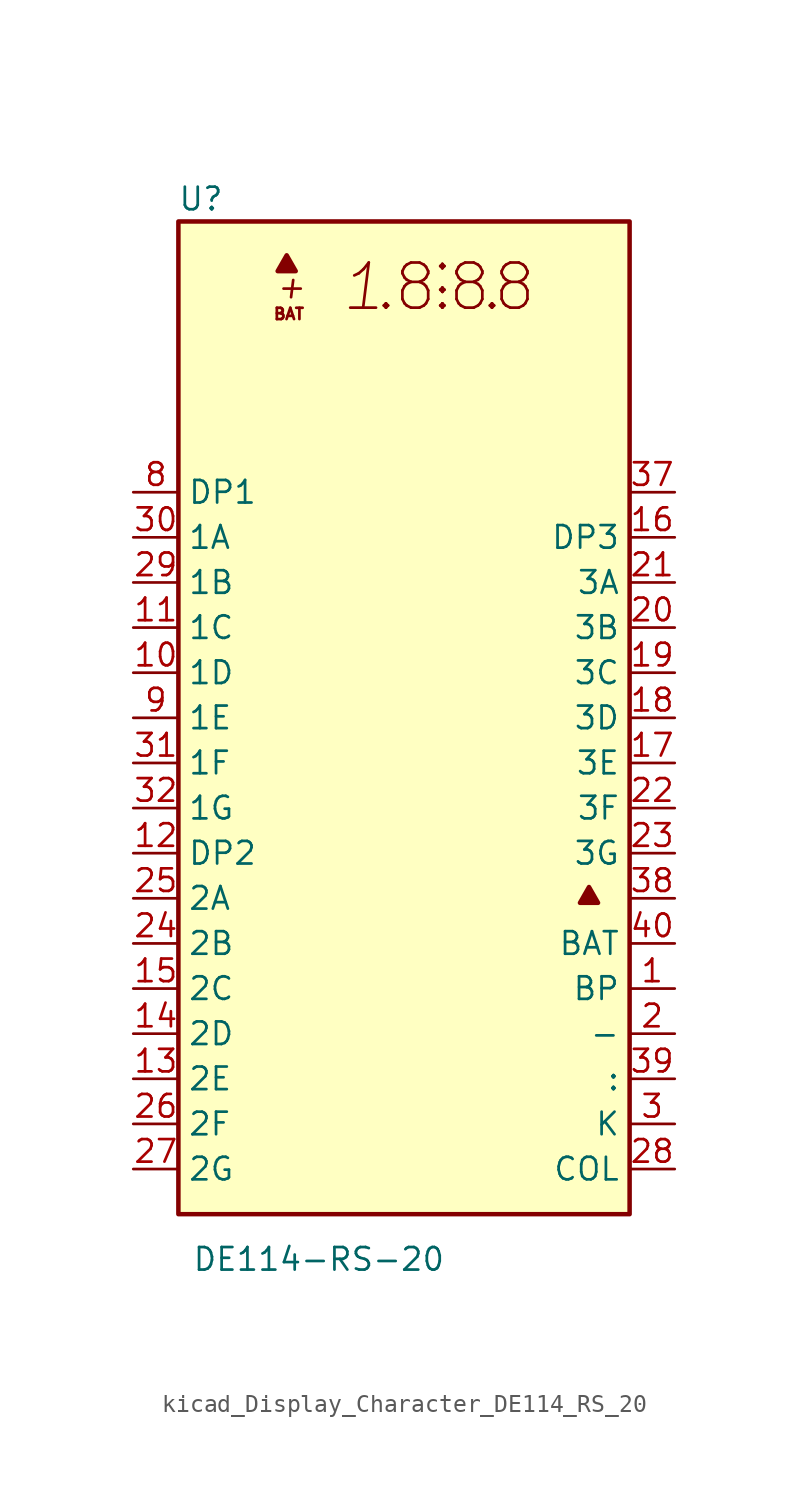
<source format=kicad_sym>
(kicad_symbol_lib
  (version 20220914)
  (generator kicad_symbol_editor)
  (symbol "kicad_Display_Character_DE114_RS_20"
    (property "Reference" "U"
      (at -11.43 29.21 0)
      (effects (font (size 1.27 1.27))))
    (property "Value" "DE114-RS-20"
      (at -11.938 -30.48 0)
      (effects (font (size 1.27 1.27)) (justify left)))
    (symbol "kicad_Display_Character_DE114_RS_20_0_0"
      (text "+" (at -6.35 24.257 0) (effects (font (size 1.27 1.27) italic)))
      (text "." (at -1.016 24.257 0) (effects (font (size 2.54 2.54))))
      (text "." (at 2.159 24.257 0) (effects (font (size 2.54 2.54))))
      (text "." (at 4.953 24.257 0) (effects (font (size 2.54 2.54))))
      (text "1" (at -2.286 24.257 0) (effects (font (size 2.54 2.54) italic)))
      (text "8" (at 0.635 24.257 0) (effects (font (size 2.54 2.54))))
      (text "8" (at 3.683 24.257 0) (effects (font (size 2.54 2.54))))
      (text "8" (at 6.223 24.257 0) (effects (font (size 2.54 2.54))))
      (text ":" (at 2.159 25.146 0) (effects (font (size 2.54 2.54))))
      (text "BAT" (at -6.477 22.733 0) (effects (font (size 0.635 0.635)))))
    (symbol "kicad_Display_Character_DE114_RS_20_0_1"
      (rectangle (start -12.7 27.94) (end 12.7 -27.94) (stroke (width 0.254) (type default)) (fill (type background)))
      (polyline (pts (xy -6.604 26.035) (xy -7.112 25.146) (xy -6.096 25.146) (xy -6.604 26.035)) (stroke (width 0.254) (type default)) (fill (type outline)))
      (polyline (pts (xy 10.414 -9.525) (xy 9.906 -10.414) (xy 10.922 -10.414) (xy 10.414 -9.525)) (stroke (width 0.254) (type default)) (fill (type outline))))
    (symbol "kicad_Display_Character_DE114_RS_20_1_1"
      (pin input line (at 15.24 -15.24 180) (length 2.54) (name "BP" (effects (font (size 1.27 1.27)))) (number "1" (effects (font (size 1.27 1.27)))))
      (pin input line (at -15.24 2.54 0) (length 2.54) (name "1D" (effects (font (size 1.27 1.27)))) (number "10" (effects (font (size 1.27 1.27)))))
      (pin input line (at -15.24 5.08 0) (length 2.54) (name "1C" (effects (font (size 1.27 1.27)))) (number "11" (effects (font (size 1.27 1.27)))))
      (pin input line (at -15.24 -7.62 0) (length 2.54) (name "DP2" (effects (font (size 1.27 1.27)))) (number "12" (effects (font (size 1.27 1.27)))))
      (pin input line (at -15.24 -20.32 0) (length 2.54) (name "2E" (effects (font (size 1.27 1.27)))) (number "13" (effects (font (size 1.27 1.27)))))
      (pin input line (at -15.24 -17.78 0) (length 2.54) (name "2D" (effects (font (size 1.27 1.27)))) (number "14" (effects (font (size 1.27 1.27)))))
      (pin input line (at -15.24 -15.24 0) (length 2.54) (name "2C" (effects (font (size 1.27 1.27)))) (number "15" (effects (font (size 1.27 1.27)))))
      (pin input line (at 15.24 10.16 180) (length 2.54) (name "DP3" (effects (font (size 1.27 1.27)))) (number "16" (effects (font (size 1.27 1.27)))))
      (pin input line (at 15.24 -2.54 180) (length 2.54) (name "3E" (effects (font (size 1.27 1.27)))) (number "17" (effects (font (size 1.27 1.27)))))
      (pin input line (at 15.24 0 180) (length 2.54) (name "3D" (effects (font (size 1.27 1.27)))) (number "18" (effects (font (size 1.27 1.27)))))
      (pin input line (at 15.24 2.54 180) (length 2.54) (name "3C" (effects (font (size 1.27 1.27)))) (number "19" (effects (font (size 1.27 1.27)))))
      (pin input line (at 15.24 -17.78 180) (length 2.54) (name "-" (effects (font (size 1.27 1.27)))) (number "2" (effects (font (size 1.27 1.27)))))
      (pin input line (at 15.24 5.08 180) (length 2.54) (name "3B" (effects (font (size 1.27 1.27)))) (number "20" (effects (font (size 1.27 1.27)))))
      (pin input line (at 15.24 7.62 180) (length 2.54) (name "3A" (effects (font (size 1.27 1.27)))) (number "21" (effects (font (size 1.27 1.27)))))
      (pin input line (at 15.24 -5.08 180) (length 2.54) (name "3F" (effects (font (size 1.27 1.27)))) (number "22" (effects (font (size 1.27 1.27)))))
      (pin input line (at 15.24 -7.62 180) (length 2.54) (name "3G" (effects (font (size 1.27 1.27)))) (number "23" (effects (font (size 1.27 1.27)))))
      (pin input line (at -15.24 -12.7 0) (length 2.54) (name "2B" (effects (font (size 1.27 1.27)))) (number "24" (effects (font (size 1.27 1.27)))))
      (pin input line (at -15.24 -10.16 0) (length 2.54) (name "2A" (effects (font (size 1.27 1.27)))) (number "25" (effects (font (size 1.27 1.27)))))
      (pin input line (at -15.24 -22.86 0) (length 2.54) (name "2F" (effects (font (size 1.27 1.27)))) (number "26" (effects (font (size 1.27 1.27)))))
      (pin input line (at -15.24 -25.4 0) (length 2.54) (name "2G" (effects (font (size 1.27 1.27)))) (number "27" (effects (font (size 1.27 1.27)))))
      (pin input line (at 15.24 -25.4 180) (length 2.54) (name "COL" (effects (font (size 1.27 1.27)))) (number "28" (effects (font (size 1.27 1.27)))))
      (pin input line (at -15.24 7.62 0) (length 2.54) (name "1B" (effects (font (size 1.27 1.27)))) (number "29" (effects (font (size 1.27 1.27)))))
      (pin input line (at 15.24 -22.86 180) (length 2.54) (name "K" (effects (font (size 1.27 1.27)))) (number "3" (effects (font (size 1.27 1.27)))))
      (pin input line (at -15.24 10.16 0) (length 2.54) (name "1A" (effects (font (size 1.27 1.27)))) (number "30" (effects (font (size 1.27 1.27)))))
      (pin input line (at -15.24 -2.54 0) (length 2.54) (name "1F" (effects (font (size 1.27 1.27)))) (number "31" (effects (font (size 1.27 1.27)))))
      (pin input line (at -15.24 -5.08 0) (length 2.54) (name "1G" (effects (font (size 1.27 1.27)))) (number "32" (effects (font (size 1.27 1.27)))))
      (pin no_connect line (at 12.7 15.24 180) (length 2.54) hide (name "NC" (effects (font (size 1.27 1.27)))) (number "33" (effects (font (size 1.27 1.27)))))
      (pin no_connect line (at 12.7 17.78 180) (length 2.54) hide (name "NC" (effects (font (size 1.27 1.27)))) (number "34" (effects (font (size 1.27 1.27)))))
      (pin no_connect line (at 12.7 20.32 180) (length 2.54) hide (name "NC" (effects (font (size 1.27 1.27)))) (number "35" (effects (font (size 1.27 1.27)))))
      (pin no_connect line (at 12.7 22.86 180) (length 2.54) hide (name "NC" (effects (font (size 1.27 1.27)))) (number "36" (effects (font (size 1.27 1.27)))))
      (pin input line (at 15.24 12.7 180) (length 2.54) (name "~" (effects (font (size 1.27 1.27)))) (number "37" (effects (font (size 1.27 1.27)))))
      (pin input line (at 15.24 -10.16 180) (length 2.54) (name "~" (effects (font (size 1.27 1.27)))) (number "38" (effects (font (size 1.27 1.27)))))
      (pin input line (at 15.24 -20.32 180) (length 2.54) (name ":" (effects (font (size 1.27 1.27)))) (number "39" (effects (font (size 1.27 1.27)))))
      (pin no_connect line (at -12.7 22.86 0) (length 2.54) hide (name "NC" (effects (font (size 1.27 1.27)))) (number "4" (effects (font (size 1.27 1.27)))))
      (pin input line (at 15.24 -12.7 180) (length 2.54) (name "BAT" (effects (font (size 1.27 1.27)))) (number "40" (effects (font (size 1.27 1.27)))))
      (pin no_connect line (at -12.7 20.32 0) (length 2.54) hide (name "NC" (effects (font (size 1.27 1.27)))) (number "5" (effects (font (size 1.27 1.27)))))
      (pin no_connect line (at -12.7 17.78 0) (length 2.54) hide (name "NC" (effects (font (size 1.27 1.27)))) (number "6" (effects (font (size 1.27 1.27)))))
      (pin no_connect line (at -12.7 15.24 0) (length 2.54) hide (name "NC" (effects (font (size 1.27 1.27)))) (number "7" (effects (font (size 1.27 1.27)))))
      (pin input line (at -15.24 12.7 0) (length 2.54) (name "DP1" (effects (font (size 1.27 1.27)))) (number "8" (effects (font (size 1.27 1.27)))))
      (pin input line (at -15.24 0 0) (length 2.54) (name "1E" (effects (font (size 1.27 1.27)))) (number "9" (effects (font (size 1.27 1.27))))))))
</source>
